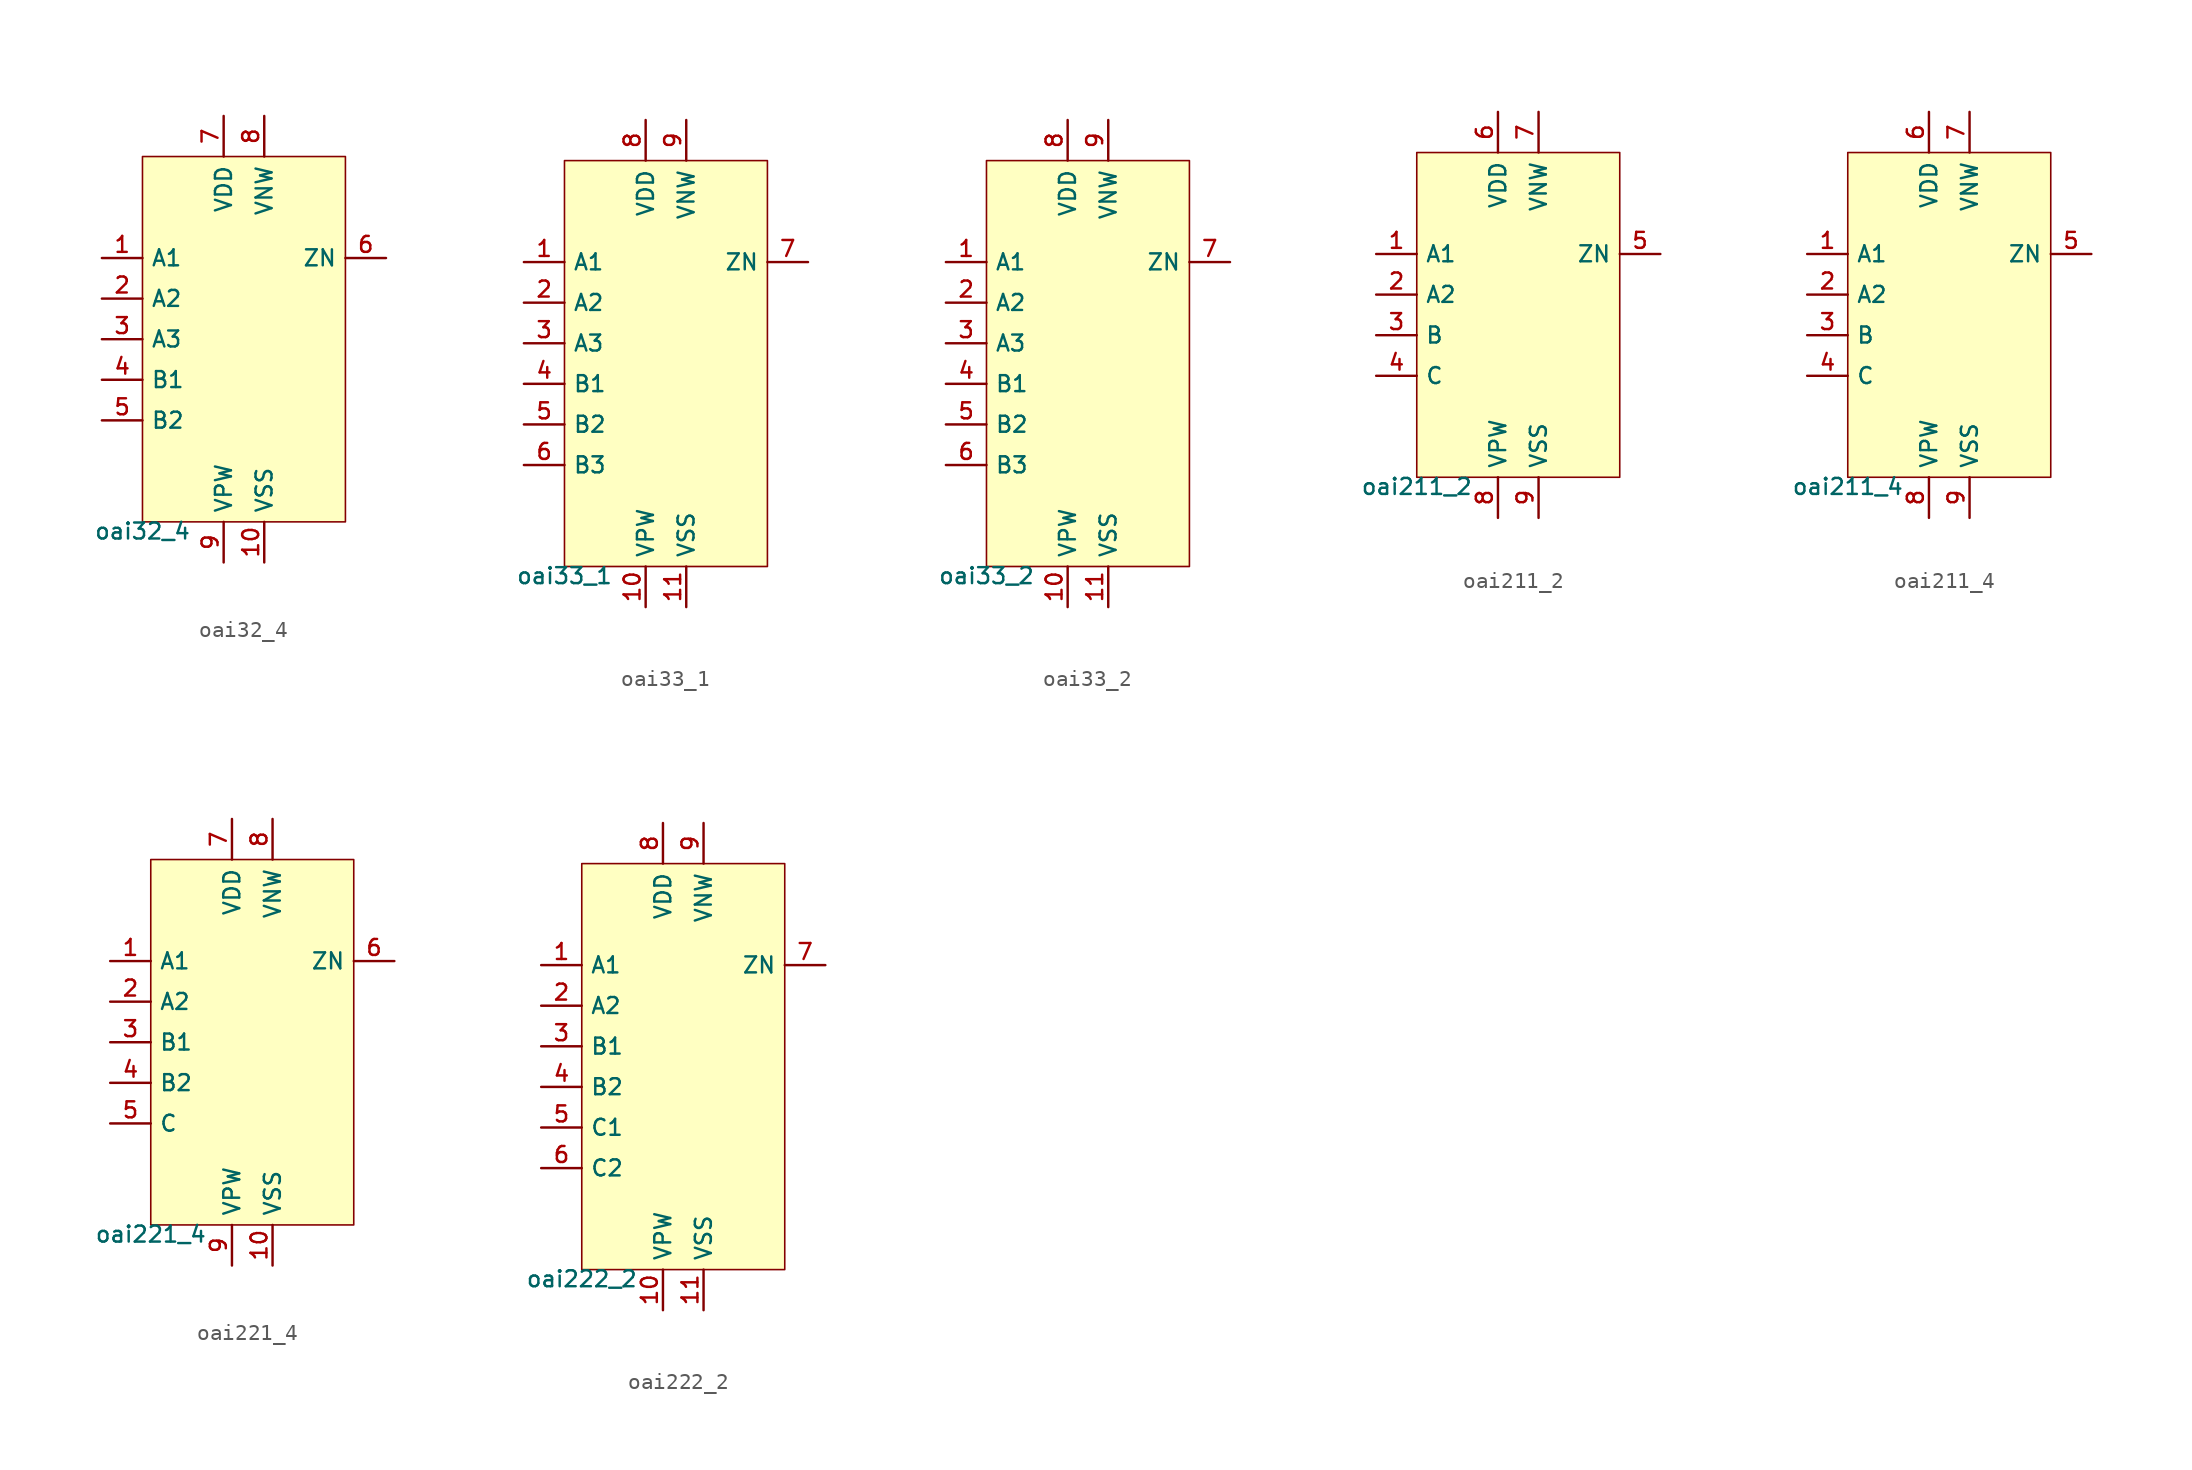
<source format=kicad_sym>
(kicad_symbol_lib
  (version 20211014)
  (generator pdk2kicad)
  (symbol "oai32_4"
    (property "Reference" "X"
      (at 0 0 0)
      (effects (font (size 1 1)) hide))
    (property "Value" "oai32_4"
      (at -6.35 -11.43 0)
      (effects (font (size 1 1)) (justify top)))
    (rectangle
      (start -6.35 -11.43)
      (end 6.35 11.43)
      (stroke (width 0.1) (type solid) (color 0 0 0 0))
      (fill (type background)))
    (pin input line
      (at -8.89 5.08 0)
      (length 2.54)
      (name "A1" (effects (font (size 1 1)) hide))
      (number "1" (effects (font (size 1 1)) hide)))
    (pin input line
      (at -8.89 2.54 0)
      (length 2.54)
      (name "A2" (effects (font (size 1 1)) hide))
      (number "2" (effects (font (size 1 1)) hide)))
    (pin input line
      (at -8.89 -4.440892098500626e-16 0)
      (length 2.54)
      (name "A3" (effects (font (size 1 1)) hide))
      (number "3" (effects (font (size 1 1)) hide)))
    (pin input line
      (at -8.89 -2.54 0)
      (length 2.54)
      (name "B1" (effects (font (size 1 1)) hide))
      (number "4" (effects (font (size 1 1)) hide)))
    (pin input line
      (at -8.89 -5.08 0)
      (length 2.54)
      (name "B2" (effects (font (size 1 1)) hide))
      (number "5" (effects (font (size 1 1)) hide)))
    (pin output line
      (at 8.89 5.08 180)
      (length 2.54)
      (name "ZN" (effects (font (size 1 1)) hide))
      (number "6" (effects (font (size 1 1)) hide)))
    (pin power_in line
      (at -1.27 13.97 270)
      (length 2.54)
      (name "VDD" (effects (font (size 1 1)) hide))
      (number "7" (effects (font (size 1 1)) hide)))
    (pin power_in line
      (at 1.27 13.97 270)
      (length 2.54)
      (name "VNW" (effects (font (size 1 1)) hide))
      (number "8" (effects (font (size 1 1)) hide)))
    (pin power_in line
      (at -1.27 -13.97 90)
      (length 2.54)
      (name "VPW" (effects (font (size 1 1)) hide))
      (number "9" (effects (font (size 1 1)) hide)))
    (pin power_in line
      (at 1.27 -13.97 90)
      (length 2.54)
      (name "VSS" (effects (font (size 1 1)) hide))
      (number "10" (effects (font (size 1 1)) hide))))
  (symbol "oai33_1"
    (property "Reference" "X"
      (at 0 0 0)
      (effects (font (size 1 1)) hide))
    (property "Value" "oai33_1"
      (at -6.35 -12.7 0)
      (effects (font (size 1 1)) (justify top)))
    (rectangle
      (start -6.35 -12.7)
      (end 6.35 12.7)
      (stroke (width 0.1) (type solid) (color 0 0 0 0))
      (fill (type background)))
    (pin input line
      (at -8.89 6.35 0)
      (length 2.54)
      (name "A1" (effects (font (size 1 1)) hide))
      (number "1" (effects (font (size 1 1)) hide)))
    (pin input line
      (at -8.89 3.81 0)
      (length 2.54)
      (name "A2" (effects (font (size 1 1)) hide))
      (number "2" (effects (font (size 1 1)) hide)))
    (pin input line
      (at -8.89 1.27 0)
      (length 2.54)
      (name "A3" (effects (font (size 1 1)) hide))
      (number "3" (effects (font (size 1 1)) hide)))
    (pin input line
      (at -8.89 -1.27 0)
      (length 2.54)
      (name "B1" (effects (font (size 1 1)) hide))
      (number "4" (effects (font (size 1 1)) hide)))
    (pin input line
      (at -8.89 -3.81 0)
      (length 2.54)
      (name "B2" (effects (font (size 1 1)) hide))
      (number "5" (effects (font (size 1 1)) hide)))
    (pin input line
      (at -8.89 -6.35 0)
      (length 2.54)
      (name "B3" (effects (font (size 1 1)) hide))
      (number "6" (effects (font (size 1 1)) hide)))
    (pin output line
      (at 8.89 6.35 180)
      (length 2.54)
      (name "ZN" (effects (font (size 1 1)) hide))
      (number "7" (effects (font (size 1 1)) hide)))
    (pin power_in line
      (at -1.27 15.24 270)
      (length 2.54)
      (name "VDD" (effects (font (size 1 1)) hide))
      (number "8" (effects (font (size 1 1)) hide)))
    (pin power_in line
      (at 1.27 15.24 270)
      (length 2.54)
      (name "VNW" (effects (font (size 1 1)) hide))
      (number "9" (effects (font (size 1 1)) hide)))
    (pin power_in line
      (at -1.27 -15.24 90)
      (length 2.54)
      (name "VPW" (effects (font (size 1 1)) hide))
      (number "10" (effects (font (size 1 1)) hide)))
    (pin power_in line
      (at 1.27 -15.24 90)
      (length 2.54)
      (name "VSS" (effects (font (size 1 1)) hide))
      (number "11" (effects (font (size 1 1)) hide))))
  (symbol "oai33_2"
    (property "Reference" "X"
      (at 0 0 0)
      (effects (font (size 1 1)) hide))
    (property "Value" "oai33_2"
      (at -6.35 -12.7 0)
      (effects (font (size 1 1)) (justify top)))
    (rectangle
      (start -6.35 -12.7)
      (end 6.35 12.7)
      (stroke (width 0.1) (type solid) (color 0 0 0 0))
      (fill (type background)))
    (pin input line
      (at -8.89 6.35 0)
      (length 2.54)
      (name "A1" (effects (font (size 1 1)) hide))
      (number "1" (effects (font (size 1 1)) hide)))
    (pin input line
      (at -8.89 3.81 0)
      (length 2.54)
      (name "A2" (effects (font (size 1 1)) hide))
      (number "2" (effects (font (size 1 1)) hide)))
    (pin input line
      (at -8.89 1.27 0)
      (length 2.54)
      (name "A3" (effects (font (size 1 1)) hide))
      (number "3" (effects (font (size 1 1)) hide)))
    (pin input line
      (at -8.89 -1.27 0)
      (length 2.54)
      (name "B1" (effects (font (size 1 1)) hide))
      (number "4" (effects (font (size 1 1)) hide)))
    (pin input line
      (at -8.89 -3.81 0)
      (length 2.54)
      (name "B2" (effects (font (size 1 1)) hide))
      (number "5" (effects (font (size 1 1)) hide)))
    (pin input line
      (at -8.89 -6.35 0)
      (length 2.54)
      (name "B3" (effects (font (size 1 1)) hide))
      (number "6" (effects (font (size 1 1)) hide)))
    (pin output line
      (at 8.89 6.35 180)
      (length 2.54)
      (name "ZN" (effects (font (size 1 1)) hide))
      (number "7" (effects (font (size 1 1)) hide)))
    (pin power_in line
      (at -1.27 15.24 270)
      (length 2.54)
      (name "VDD" (effects (font (size 1 1)) hide))
      (number "8" (effects (font (size 1 1)) hide)))
    (pin power_in line
      (at 1.27 15.24 270)
      (length 2.54)
      (name "VNW" (effects (font (size 1 1)) hide))
      (number "9" (effects (font (size 1 1)) hide)))
    (pin power_in line
      (at -1.27 -15.24 90)
      (length 2.54)
      (name "VPW" (effects (font (size 1 1)) hide))
      (number "10" (effects (font (size 1 1)) hide)))
    (pin power_in line
      (at 1.27 -15.24 90)
      (length 2.54)
      (name "VSS" (effects (font (size 1 1)) hide))
      (number "11" (effects (font (size 1 1)) hide))))
  (symbol "oai211_2"
    (property "Reference" "X"
      (at 0 0 0)
      (effects (font (size 1 1)) hide))
    (property "Value" "oai211_2"
      (at -6.35 -10.16 0)
      (effects (font (size 1 1)) (justify top)))
    (rectangle
      (start -6.35 -10.16)
      (end 6.35 10.16)
      (stroke (width 0.1) (type solid) (color 0 0 0 0))
      (fill (type background)))
    (pin input line
      (at -8.89 3.81 0)
      (length 2.54)
      (name "A1" (effects (font (size 1 1)) hide))
      (number "1" (effects (font (size 1 1)) hide)))
    (pin input line
      (at -8.89 1.27 0)
      (length 2.54)
      (name "A2" (effects (font (size 1 1)) hide))
      (number "2" (effects (font (size 1 1)) hide)))
    (pin input line
      (at -8.89 -1.27 0)
      (length 2.54)
      (name "B" (effects (font (size 1 1)) hide))
      (number "3" (effects (font (size 1 1)) hide)))
    (pin input line
      (at -8.89 -3.81 0)
      (length 2.54)
      (name "C" (effects (font (size 1 1)) hide))
      (number "4" (effects (font (size 1 1)) hide)))
    (pin output line
      (at 8.89 3.81 180)
      (length 2.54)
      (name "ZN" (effects (font (size 1 1)) hide))
      (number "5" (effects (font (size 1 1)) hide)))
    (pin power_in line
      (at -1.27 12.7 270)
      (length 2.54)
      (name "VDD" (effects (font (size 1 1)) hide))
      (number "6" (effects (font (size 1 1)) hide)))
    (pin power_in line
      (at 1.27 12.7 270)
      (length 2.54)
      (name "VNW" (effects (font (size 1 1)) hide))
      (number "7" (effects (font (size 1 1)) hide)))
    (pin power_in line
      (at -1.27 -12.7 90)
      (length 2.54)
      (name "VPW" (effects (font (size 1 1)) hide))
      (number "8" (effects (font (size 1 1)) hide)))
    (pin power_in line
      (at 1.27 -12.7 90)
      (length 2.54)
      (name "VSS" (effects (font (size 1 1)) hide))
      (number "9" (effects (font (size 1 1)) hide))))
  (symbol "oai211_4"
    (property "Reference" "X"
      (at 0 0 0)
      (effects (font (size 1 1)) hide))
    (property "Value" "oai211_4"
      (at -6.35 -10.16 0)
      (effects (font (size 1 1)) (justify top)))
    (rectangle
      (start -6.35 -10.16)
      (end 6.35 10.16)
      (stroke (width 0.1) (type solid) (color 0 0 0 0))
      (fill (type background)))
    (pin input line
      (at -8.89 3.81 0)
      (length 2.54)
      (name "A1" (effects (font (size 1 1)) hide))
      (number "1" (effects (font (size 1 1)) hide)))
    (pin input line
      (at -8.89 1.27 0)
      (length 2.54)
      (name "A2" (effects (font (size 1 1)) hide))
      (number "2" (effects (font (size 1 1)) hide)))
    (pin input line
      (at -8.89 -1.27 0)
      (length 2.54)
      (name "B" (effects (font (size 1 1)) hide))
      (number "3" (effects (font (size 1 1)) hide)))
    (pin input line
      (at -8.89 -3.81 0)
      (length 2.54)
      (name "C" (effects (font (size 1 1)) hide))
      (number "4" (effects (font (size 1 1)) hide)))
    (pin output line
      (at 8.89 3.81 180)
      (length 2.54)
      (name "ZN" (effects (font (size 1 1)) hide))
      (number "5" (effects (font (size 1 1)) hide)))
    (pin power_in line
      (at -1.27 12.7 270)
      (length 2.54)
      (name "VDD" (effects (font (size 1 1)) hide))
      (number "6" (effects (font (size 1 1)) hide)))
    (pin power_in line
      (at 1.27 12.7 270)
      (length 2.54)
      (name "VNW" (effects (font (size 1 1)) hide))
      (number "7" (effects (font (size 1 1)) hide)))
    (pin power_in line
      (at -1.27 -12.7 90)
      (length 2.54)
      (name "VPW" (effects (font (size 1 1)) hide))
      (number "8" (effects (font (size 1 1)) hide)))
    (pin power_in line
      (at 1.27 -12.7 90)
      (length 2.54)
      (name "VSS" (effects (font (size 1 1)) hide))
      (number "9" (effects (font (size 1 1)) hide))))
  (symbol "oai221_4"
    (property "Reference" "X"
      (at 0 0 0)
      (effects (font (size 1 1)) hide))
    (property "Value" "oai221_4"
      (at -6.35 -11.43 0)
      (effects (font (size 1 1)) (justify top)))
    (rectangle
      (start -6.35 -11.43)
      (end 6.35 11.43)
      (stroke (width 0.1) (type solid) (color 0 0 0 0))
      (fill (type background)))
    (pin input line
      (at -8.89 5.08 0)
      (length 2.54)
      (name "A1" (effects (font (size 1 1)) hide))
      (number "1" (effects (font (size 1 1)) hide)))
    (pin input line
      (at -8.89 2.54 0)
      (length 2.54)
      (name "A2" (effects (font (size 1 1)) hide))
      (number "2" (effects (font (size 1 1)) hide)))
    (pin input line
      (at -8.89 -4.440892098500626e-16 0)
      (length 2.54)
      (name "B1" (effects (font (size 1 1)) hide))
      (number "3" (effects (font (size 1 1)) hide)))
    (pin input line
      (at -8.89 -2.54 0)
      (length 2.54)
      (name "B2" (effects (font (size 1 1)) hide))
      (number "4" (effects (font (size 1 1)) hide)))
    (pin input line
      (at -8.89 -5.08 0)
      (length 2.54)
      (name "C" (effects (font (size 1 1)) hide))
      (number "5" (effects (font (size 1 1)) hide)))
    (pin output line
      (at 8.89 5.08 180)
      (length 2.54)
      (name "ZN" (effects (font (size 1 1)) hide))
      (number "6" (effects (font (size 1 1)) hide)))
    (pin power_in line
      (at -1.27 13.97 270)
      (length 2.54)
      (name "VDD" (effects (font (size 1 1)) hide))
      (number "7" (effects (font (size 1 1)) hide)))
    (pin power_in line
      (at 1.27 13.97 270)
      (length 2.54)
      (name "VNW" (effects (font (size 1 1)) hide))
      (number "8" (effects (font (size 1 1)) hide)))
    (pin power_in line
      (at -1.27 -13.97 90)
      (length 2.54)
      (name "VPW" (effects (font (size 1 1)) hide))
      (number "9" (effects (font (size 1 1)) hide)))
    (pin power_in line
      (at 1.27 -13.97 90)
      (length 2.54)
      (name "VSS" (effects (font (size 1 1)) hide))
      (number "10" (effects (font (size 1 1)) hide))))
  (symbol "oai222_2"
    (property "Reference" "X"
      (at 0 0 0)
      (effects (font (size 1 1)) hide))
    (property "Value" "oai222_2"
      (at -6.35 -12.7 0)
      (effects (font (size 1 1)) (justify top)))
    (rectangle
      (start -6.35 -12.7)
      (end 6.35 12.7)
      (stroke (width 0.1) (type solid) (color 0 0 0 0))
      (fill (type background)))
    (pin input line
      (at -8.89 6.35 0)
      (length 2.54)
      (name "A1" (effects (font (size 1 1)) hide))
      (number "1" (effects (font (size 1 1)) hide)))
    (pin input line
      (at -8.89 3.81 0)
      (length 2.54)
      (name "A2" (effects (font (size 1 1)) hide))
      (number "2" (effects (font (size 1 1)) hide)))
    (pin input line
      (at -8.89 1.27 0)
      (length 2.54)
      (name "B1" (effects (font (size 1 1)) hide))
      (number "3" (effects (font (size 1 1)) hide)))
    (pin input line
      (at -8.89 -1.27 0)
      (length 2.54)
      (name "B2" (effects (font (size 1 1)) hide))
      (number "4" (effects (font (size 1 1)) hide)))
    (pin input line
      (at -8.89 -3.81 0)
      (length 2.54)
      (name "C1" (effects (font (size 1 1)) hide))
      (number "5" (effects (font (size 1 1)) hide)))
    (pin input line
      (at -8.89 -6.35 0)
      (length 2.54)
      (name "C2" (effects (font (size 1 1)) hide))
      (number "6" (effects (font (size 1 1)) hide)))
    (pin output line
      (at 8.89 6.35 180)
      (length 2.54)
      (name "ZN" (effects (font (size 1 1)) hide))
      (number "7" (effects (font (size 1 1)) hide)))
    (pin power_in line
      (at -1.27 15.24 270)
      (length 2.54)
      (name "VDD" (effects (font (size 1 1)) hide))
      (number "8" (effects (font (size 1 1)) hide)))
    (pin power_in line
      (at 1.27 15.24 270)
      (length 2.54)
      (name "VNW" (effects (font (size 1 1)) hide))
      (number "9" (effects (font (size 1 1)) hide)))
    (pin power_in line
      (at -1.27 -15.24 90)
      (length 2.54)
      (name "VPW" (effects (font (size 1 1)) hide))
      (number "10" (effects (font (size 1 1)) hide)))
    (pin power_in line
      (at 1.27 -15.24 90)
      (length 2.54)
      (name "VSS" (effects (font (size 1 1)) hide))
      (number "11" (effects (font (size 1 1)) hide)))))
</source>
